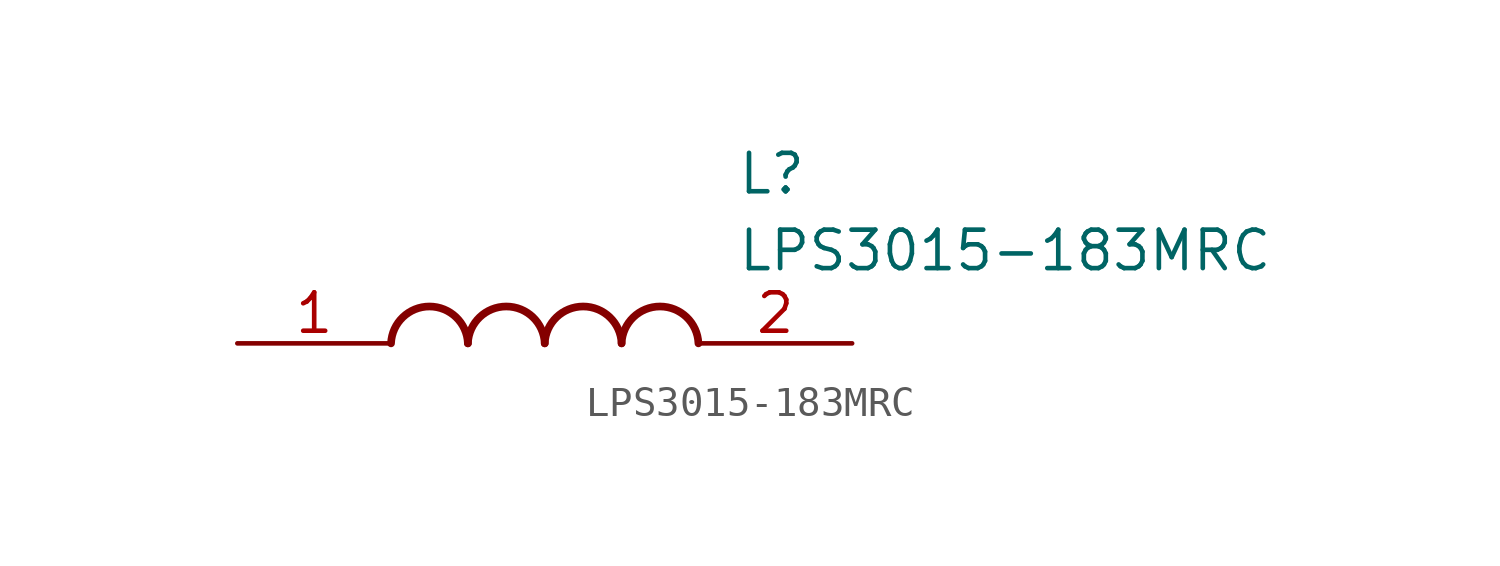
<source format=kicad_sym>
(kicad_symbol_lib
  (version 20211014)
  (generator SamacSys_ECAD_Model)
  (symbol "LPS3015-183MRC"
    (pin_names hide)
    (property "Reference" "L"
      (at 16.51 6.35 0)
      (effects (font (size 1.27 1.27)) (justify left top)))
    (property "Value" "LPS3015-183MRC"
      (at 16.51 3.81 0)
      (effects (font (size 1.27 1.27)) (justify left top)))
    (arc
      (start 7.62 0)
      (mid 6.35 1.219)
      (end 5.08 0)
      (stroke (width 0.254) (type default))
      (fill (type none)))
    (arc
      (start 10.16 0)
      (mid 8.89 1.219)
      (end 7.62 0)
      (stroke (width 0.254) (type default))
      (fill (type none)))
    (arc
      (start 12.7 0)
      (mid 11.43 1.219)
      (end 10.16 0)
      (stroke (width 0.254) (type default))
      (fill (type none)))
    (arc
      (start 15.24 0)
      (mid 13.97 1.219)
      (end 12.7 0)
      (stroke (width 0.254) (type default))
      (fill (type none)))
    (pin passive line
      (at 0 0 0)
      (length 5.08)
      (name "1" (effects (font (size 1.27 1.27))))
      (number "1" (effects (font (size 1.27 1.27)))))
    (pin passive line
      (at 20.32 0 180)
      (length 5.08)
      (name "2" (effects (font (size 1.27 1.27))))
      (number "2" (effects (font (size 1.27 1.27)))))))
</source>
